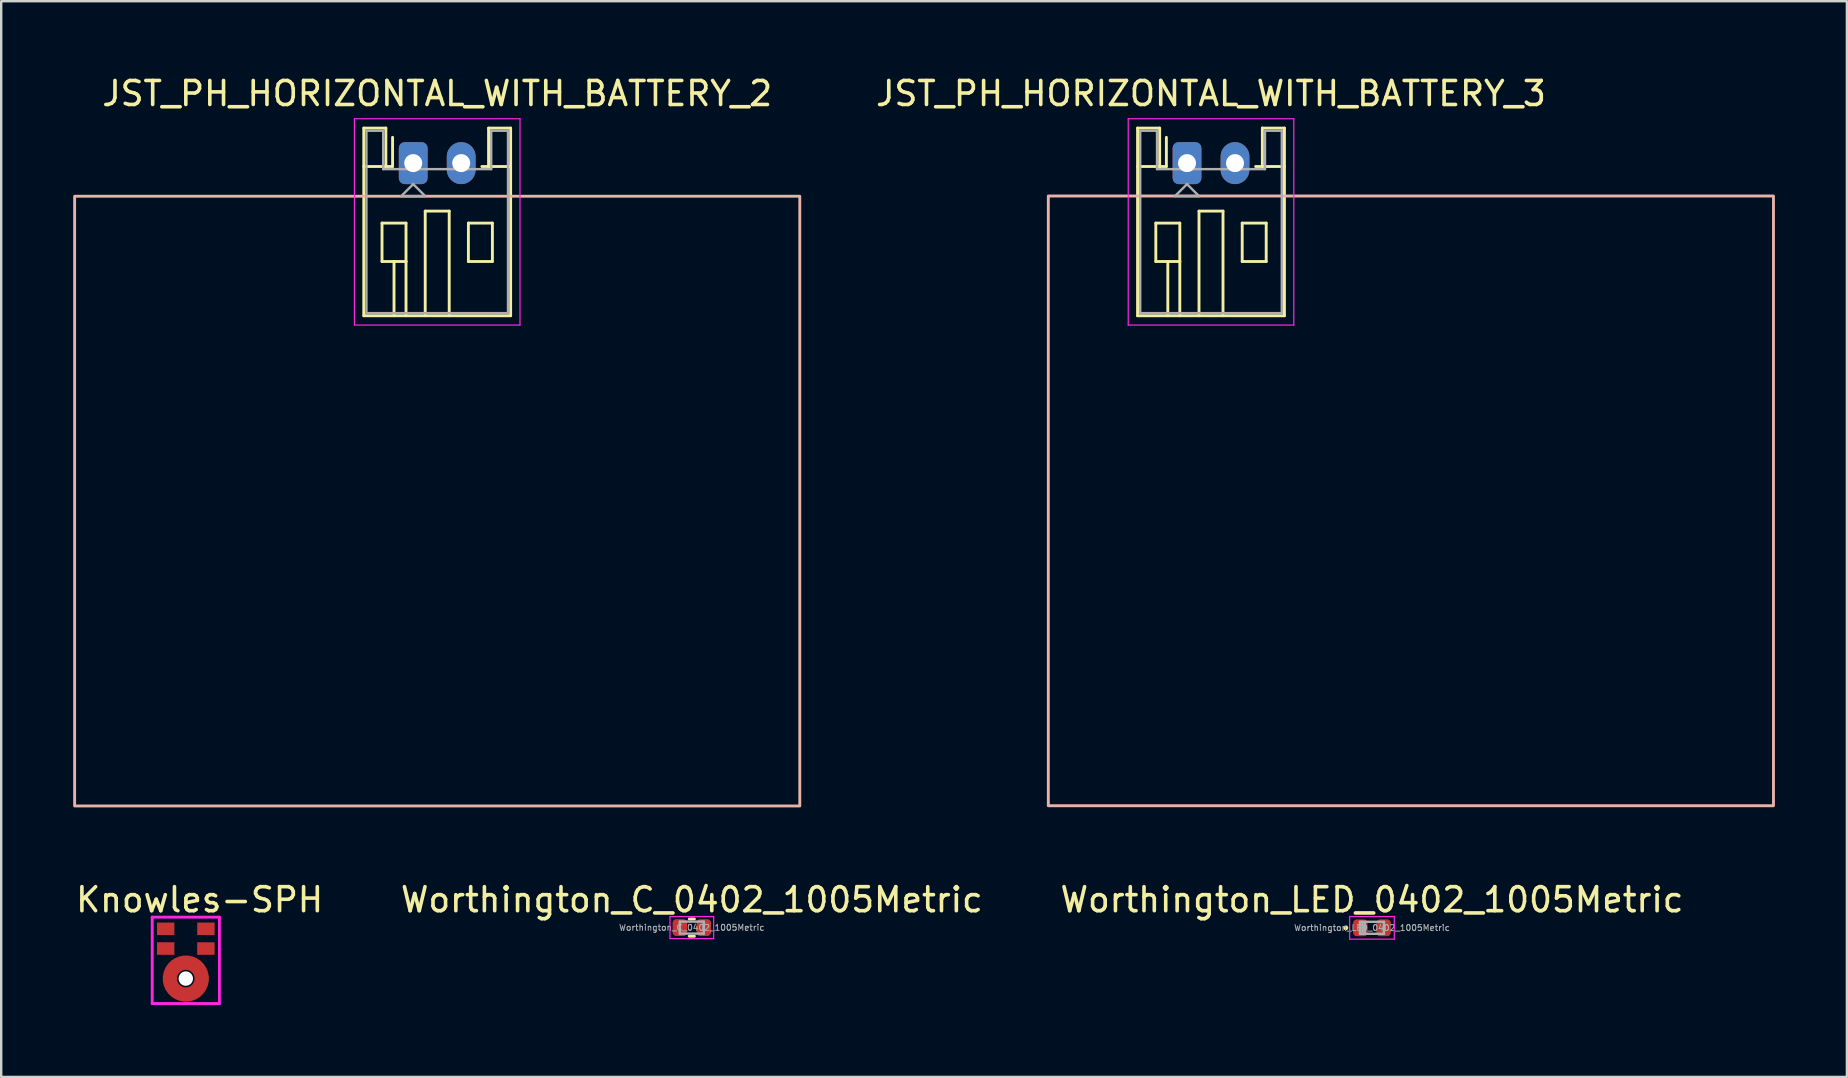
<source format=kicad_pcb>
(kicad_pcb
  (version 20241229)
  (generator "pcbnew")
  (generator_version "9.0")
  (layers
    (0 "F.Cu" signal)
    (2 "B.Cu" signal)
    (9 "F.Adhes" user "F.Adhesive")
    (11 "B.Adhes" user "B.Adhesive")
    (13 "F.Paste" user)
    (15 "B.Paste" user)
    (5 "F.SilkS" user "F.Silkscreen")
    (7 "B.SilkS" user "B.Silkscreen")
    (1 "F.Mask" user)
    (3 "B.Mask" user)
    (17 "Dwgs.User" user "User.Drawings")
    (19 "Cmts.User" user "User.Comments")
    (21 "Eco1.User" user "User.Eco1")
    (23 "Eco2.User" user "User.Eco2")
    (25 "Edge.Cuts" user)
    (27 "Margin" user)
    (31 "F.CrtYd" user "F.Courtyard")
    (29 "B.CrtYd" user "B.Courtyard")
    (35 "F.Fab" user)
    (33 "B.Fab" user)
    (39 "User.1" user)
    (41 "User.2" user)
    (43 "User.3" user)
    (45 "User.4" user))
  (footprint "JST_PH_HORIZONTAL_WITH_BATTERY_2"
    (layer "F.Cu")
    (at 14.17 3.748)
    (property "Reference" "JST_PH_HORIZONTAL_WITH_BATTERY_2" (at 1 -2.9 180) (layer "F.SilkS") (effects (font (size 1 1) (thickness 0.15))))
    (attr through_hole)
    (fp_line (start -2.06 -1.46) (end -2.06 6.36) (stroke (width 0.12) (type solid)) (layer "F.SilkS"))
    (fp_line (start -2.06 0.14) (end -1.14 0.14) (stroke (width 0.12) (type solid)) (layer "F.SilkS"))
    (fp_line (start -2.06 6.36) (end 4.06 6.36) (stroke (width 0.12) (type solid)) (layer "F.SilkS"))
    (fp_line (start -1.3 2.5) (end -1.3 4.1) (stroke (width 0.12) (type solid)) (layer "F.SilkS"))
    (fp_line (start -1.3 4.1) (end -0.3 4.1) (stroke (width 0.12) (type solid)) (layer "F.SilkS"))
    (fp_line (start -1.14 -1.46) (end -2.06 -1.46) (stroke (width 0.12) (type solid)) (layer "F.SilkS"))
    (fp_line (start -1.14 0.14) (end -1.14 -1.46) (stroke (width 0.12) (type solid)) (layer "F.SilkS"))
    (fp_line (start -0.86 0.14) (end -1.14 0.14) (stroke (width 0.12) (type solid)) (layer "F.SilkS"))
    (fp_line (start -0.86 0.14) (end -0.86 -1.075) (stroke (width 0.12) (type solid)) (layer "F.SilkS"))
    (fp_line (start -0.8 4.1) (end -0.8 6.36) (stroke (width 0.12) (type solid)) (layer "F.SilkS"))
    (fp_line (start -0.3 2.5) (end -1.3 2.5) (stroke (width 0.12) (type solid)) (layer "F.SilkS"))
    (fp_line (start -0.3 4.1) (end -0.3 2.5) (stroke (width 0.12) (type solid)) (layer "F.SilkS"))
    (fp_line (start -0.3 4.1) (end -0.3 6.36) (stroke (width 0.12) (type solid)) (layer "F.SilkS"))
    (fp_line (start 0.5 2) (end 1.5 2) (stroke (width 0.12) (type solid)) (layer "F.SilkS"))
    (fp_line (start 0.5 6.36) (end 0.5 2) (stroke (width 0.12) (type solid)) (layer "F.SilkS"))
    (fp_line (start 1.5 2) (end 1.5 6.36) (stroke (width 0.12) (type solid)) (layer "F.SilkS"))
    (fp_line (start 2.3 2.5) (end 3.3 2.5) (stroke (width 0.12) (type solid)) (layer "F.SilkS"))
    (fp_line (start 2.3 4.1) (end 2.3 2.5) (stroke (width 0.12) (type solid)) (layer "F.SilkS"))
    (fp_line (start 3.14 -1.46) (end 3.14 0.14) (stroke (width 0.12) (type solid)) (layer "F.SilkS"))
    (fp_line (start 3.14 0.14) (end 2.86 0.14) (stroke (width 0.12) (type solid)) (layer "F.SilkS"))
    (fp_line (start 3.3 2.5) (end 3.3 4.1) (stroke (width 0.12) (type solid)) (layer "F.SilkS"))
    (fp_line (start 3.3 4.1) (end 2.3 4.1) (stroke (width 0.12) (type solid)) (layer "F.SilkS"))
    (fp_line (start 4.06 -1.46) (end 3.14 -1.46) (stroke (width 0.12) (type solid)) (layer "F.SilkS"))
    (fp_line (start 4.06 0.14) (end 3.14 0.14) (stroke (width 0.12) (type solid)) (layer "F.SilkS"))
    (fp_line (start 4.06 6.36) (end 4.06 -1.46) (stroke (width 0.12) (type solid)) (layer "F.SilkS"))
    (fp_poly (pts (xy -14.11 26.79) (xy -14.11 1.38) (xy 16.11 1.38) (xy 16.11 26.79)) (stroke (width 0.12) (type default)) (fill no) (layer "B.SilkS"))
    (fp_line (start -2.45 -1.85) (end -2.45 6.75) (stroke (width 0.05) (type solid)) (layer "F.CrtYd"))
    (fp_line (start -2.45 6.75) (end 4.45 6.75) (stroke (width 0.05) (type solid)) (layer "F.CrtYd"))
    (fp_line (start 4.45 -1.85) (end -2.45 -1.85) (stroke (width 0.05) (type solid)) (layer "F.CrtYd"))
    (fp_line (start 4.45 6.75) (end 4.45 -1.85) (stroke (width 0.05) (type solid)) (layer "F.CrtYd"))
    (fp_line (start -1.95 -1.35) (end -1.95 6.25) (stroke (width 0.1) (type solid)) (layer "F.Fab"))
    (fp_line (start -1.95 6.25) (end 3.95 6.25) (stroke (width 0.1) (type solid)) (layer "F.Fab"))
    (fp_line (start -1.25 -1.35) (end -1.95 -1.35) (stroke (width 0.1) (type solid)) (layer "F.Fab"))
    (fp_line (start -1.25 0.25) (end -1.25 -1.35) (stroke (width 0.1) (type solid)) (layer "F.Fab"))
    (fp_line (start -0.5 1.375) (end 0.5 1.375) (stroke (width 0.1) (type solid)) (layer "F.Fab"))
    (fp_line (start 0 0.875) (end -0.5 1.375) (stroke (width 0.1) (type solid)) (layer "F.Fab"))
    (fp_line (start 0.5 1.375) (end 0 0.875) (stroke (width 0.1) (type solid)) (layer "F.Fab"))
    (fp_line (start 3.25 -1.35) (end 3.25 0.25) (stroke (width 0.1) (type solid)) (layer "F.Fab"))
    (fp_line (start 3.25 0.25) (end -1.25 0.25) (stroke (width 0.1) (type solid)) (layer "F.Fab"))
    (fp_line (start 3.95 -1.35) (end 3.25 -1.35) (stroke (width 0.1) (type solid)) (layer "F.Fab"))
    (fp_line (start 3.95 6.25) (end 3.95 -1.35) (stroke (width 0.1) (type solid)) (layer "F.Fab"))
    (pad "1" thru_hole roundrect (at 0 0) (size 1.2 1.75) (drill 0.75) (layers "*.Cu" "*.Mask") (roundrect_rratio 0.208))
    (pad "2" thru_hole oval (at 2 0) (size 1.2 1.75) (drill 0.75) (layers "*.Cu" "*.Mask")))
  (footprint "Worthington_C_0402_1005Metric"
    (layer "F.Cu")
    (at 25.78 35.606)
    (property "Reference" "Worthington_C_0402_1005Metric" (at 0 -1.16 0) (layer "F.SilkS") (effects (font (size 1 1) (thickness 0.15))))
    (attr smd)
    (fp_line (start -0.108 -0.36) (end 0.108 -0.36) (stroke (width 0.12) (type solid)) (layer "F.SilkS"))
    (fp_line (start -0.108 0.36) (end 0.108 0.36) (stroke (width 0.12) (type solid)) (layer "F.SilkS"))
    (fp_line (start -0.91 -0.46) (end 0.91 -0.46) (stroke (width 0.05) (type solid)) (layer "F.CrtYd"))
    (fp_line (start -0.91 0.46) (end -0.91 -0.46) (stroke (width 0.05) (type solid)) (layer "F.CrtYd"))
    (fp_line (start 0.91 -0.46) (end 0.91 0.46) (stroke (width 0.05) (type solid)) (layer "F.CrtYd"))
    (fp_line (start 0.91 0.46) (end -0.91 0.46) (stroke (width 0.05) (type solid)) (layer "F.CrtYd"))
    (fp_line (start -0.5 -0.25) (end 0.5 -0.25) (stroke (width 0.1) (type solid)) (layer "F.Fab"))
    (fp_line (start -0.5 0.25) (end -0.5 -0.25) (stroke (width 0.1) (type solid)) (layer "F.Fab"))
    (fp_line (start 0.5 -0.25) (end 0.5 0.25) (stroke (width 0.1) (type solid)) (layer "F.Fab"))
    (fp_line (start 0.5 0.25) (end -0.5 0.25) (stroke (width 0.1) (type solid)) (layer "F.Fab"))
    (fp_text user "${REFERENCE}" (at 0 0 0) (layer "F.Fab") (effects (font (size 0.25 0.25) (thickness 0.04))))
    (pad "1" smd roundrect (at -0.5 0) (size 0.6 0.7) (layers "F.Cu" "F.Mask" "F.Paste") (roundrect_rratio 0.25))
    (pad "2" smd roundrect (at 0.5 0) (size 0.6 0.7) (layers "F.Cu" "F.Mask" "F.Paste") (roundrect_rratio 0.25)))
  (footprint "Worthington_LED_0402_1005Metric"
    (layer "F.Cu")
    (at 54.125 35.616)
    (property "Reference" "Worthington_LED_0402_1005Metric" (at 0 -1.17 0) (layer "F.SilkS") (effects (font (size 1 1) (thickness 0.15))))
    (attr smd)
    (fp_circle (center -1.09 0) (end -1.04 0) (stroke (width 0.1) (type solid)) (fill no) (layer "F.SilkS"))
    (fp_line (start -0.93 -0.47) (end 0.93 -0.47) (stroke (width 0.05) (type solid)) (layer "F.CrtYd"))
    (fp_line (start -0.93 0.47) (end -0.93 -0.47) (stroke (width 0.05) (type solid)) (layer "F.CrtYd"))
    (fp_line (start 0.93 -0.47) (end 0.93 0.47) (stroke (width 0.05) (type solid)) (layer "F.CrtYd"))
    (fp_line (start 0.93 0.47) (end -0.93 0.47) (stroke (width 0.05) (type solid)) (layer "F.CrtYd"))
    (fp_line (start -0.5 -0.25) (end 0.5 -0.25) (stroke (width 0.1) (type solid)) (layer "F.Fab"))
    (fp_line (start -0.5 0.25) (end -0.5 -0.25) (stroke (width 0.1) (type solid)) (layer "F.Fab"))
    (fp_line (start -0.4 0.25) (end -0.4 -0.25) (stroke (width 0.1) (type solid)) (layer "F.Fab"))
    (fp_line (start -0.3 0.25) (end -0.3 -0.25) (stroke (width 0.1) (type solid)) (layer "F.Fab"))
    (fp_line (start 0.5 -0.25) (end 0.5 0.25) (stroke (width 0.1) (type solid)) (layer "F.Fab"))
    (fp_line (start 0.5 0.25) (end -0.5 0.25) (stroke (width 0.1) (type solid)) (layer "F.Fab"))
    (fp_text user "${REFERENCE}" (at 0 0 0) (layer "F.Fab") (effects (font (size 0.25 0.25) (thickness 0.04))))
    (pad "1" smd roundrect (at -0.485 0) (size 0.6 0.7) (layers "F.Cu" "F.Mask" "F.Paste") (roundrect_rratio 0.25))
    (pad "2" smd roundrect (at 0.485 0) (size 0.6 0.7) (layers "F.Cu" "F.Mask" "F.Paste") (roundrect_rratio 0.25)))
  (footprint "Knowles-SPH"
    (layer "F.Cu")
    (at 4.693 37.731)
    (property "Reference" "Knowles-SPH" (at 0.575 -3.285 0) (layer "F.SilkS") (effects (font (size 1 1) (thickness 0.15))))
    (attr through_hole)
    (fp_line (start -1.4 -2.56) (end 1.4 -2.56) (stroke (width 0.12) (type solid)) (layer "F.CrtYd"))
    (fp_line (start -1.4 1.04) (end -1.4 -2.56) (stroke (width 0.12) (type solid)) (layer "F.CrtYd"))
    (fp_line (start 0 1.04) (end -1.4 1.04) (stroke (width 0.12) (type solid)) (layer "F.CrtYd"))
    (fp_line (start 1.4 -2.56) (end 1.4 1.04) (stroke (width 0.12) (type solid)) (layer "F.CrtYd"))
    (fp_line (start 1.4 1.04) (end 0 1.04) (stroke (width 0.12) (type solid)) (layer "F.CrtYd"))
    (pad "" np_thru_hole circle (at 0 0) (size 0.6 0.6) (drill 0.6) (layers "*.Cu" "*.Mask"))
    (pad "1" smd rect (at -0.838 -2.074) (size 0.725 0.522) (layers "F.Cu" "F.Mask" "F.Paste"))
    (pad "2" smd rect (at -0.838 -1.252) (size 0.725 0.522) (layers "F.Cu" "F.Mask" "F.Paste"))
    (pad "3" smd custom (at 0.7 0) (size 0.1 0.1) (layers "F.Cu" "F.Mask" "F.Paste") (options (anchor circle)) (primitives (gr_circle (center -0.7 0) (end -0.037 0) (width 0.6) (fill no))))
    (pad "4" smd rect (at 0.838 -1.252) (size 0.725 0.522) (layers "F.Cu" "F.Mask" "F.Paste"))
    (pad "5" smd rect (at 0.838 -2.074) (size 0.725 0.522) (layers "F.Cu" "F.Mask" "F.Paste")))
  (footprint "JST_PH_HORIZONTAL_WITH_BATTERY_3"
    (layer "F.Cu")
    (at 46.417 3.748)
    (property "Reference" "JST_PH_HORIZONTAL_WITH_BATTERY_3" (at 1 -2.9 180) (layer "F.SilkS") (effects (font (size 1 1) (thickness 0.15))))
    (attr through_hole)
    (fp_line (start -2.06 -1.46) (end -2.06 6.36) (stroke (width 0.12) (type solid)) (layer "F.SilkS"))
    (fp_line (start -2.06 0.14) (end -1.14 0.14) (stroke (width 0.12) (type solid)) (layer "F.SilkS"))
    (fp_line (start -2.06 6.36) (end 4.06 6.36) (stroke (width 0.12) (type solid)) (layer "F.SilkS"))
    (fp_line (start -1.3 2.5) (end -1.3 4.1) (stroke (width 0.12) (type solid)) (layer "F.SilkS"))
    (fp_line (start -1.3 4.1) (end -0.3 4.1) (stroke (width 0.12) (type solid)) (layer "F.SilkS"))
    (fp_line (start -1.14 -1.46) (end -2.06 -1.46) (stroke (width 0.12) (type solid)) (layer "F.SilkS"))
    (fp_line (start -1.14 0.14) (end -1.14 -1.46) (stroke (width 0.12) (type solid)) (layer "F.SilkS"))
    (fp_line (start -0.86 0.14) (end -1.14 0.14) (stroke (width 0.12) (type solid)) (layer "F.SilkS"))
    (fp_line (start -0.86 0.14) (end -0.86 -1.075) (stroke (width 0.12) (type solid)) (layer "F.SilkS"))
    (fp_line (start -0.8 4.1) (end -0.8 6.36) (stroke (width 0.12) (type solid)) (layer "F.SilkS"))
    (fp_line (start -0.3 2.5) (end -1.3 2.5) (stroke (width 0.12) (type solid)) (layer "F.SilkS"))
    (fp_line (start -0.3 4.1) (end -0.3 2.5) (stroke (width 0.12) (type solid)) (layer "F.SilkS"))
    (fp_line (start -0.3 4.1) (end -0.3 6.36) (stroke (width 0.12) (type solid)) (layer "F.SilkS"))
    (fp_line (start 0.5 2) (end 1.5 2) (stroke (width 0.12) (type solid)) (layer "F.SilkS"))
    (fp_line (start 0.5 6.36) (end 0.5 2) (stroke (width 0.12) (type solid)) (layer "F.SilkS"))
    (fp_line (start 1.5 2) (end 1.5 6.36) (stroke (width 0.12) (type solid)) (layer "F.SilkS"))
    (fp_line (start 2.3 2.5) (end 3.3 2.5) (stroke (width 0.12) (type solid)) (layer "F.SilkS"))
    (fp_line (start 2.3 4.1) (end 2.3 2.5) (stroke (width 0.12) (type solid)) (layer "F.SilkS"))
    (fp_line (start 3.14 -1.46) (end 3.14 0.14) (stroke (width 0.12) (type solid)) (layer "F.SilkS"))
    (fp_line (start 3.14 0.14) (end 2.86 0.14) (stroke (width 0.12) (type solid)) (layer "F.SilkS"))
    (fp_line (start 3.3 2.5) (end 3.3 4.1) (stroke (width 0.12) (type solid)) (layer "F.SilkS"))
    (fp_line (start 3.3 4.1) (end 2.3 4.1) (stroke (width 0.12) (type solid)) (layer "F.SilkS"))
    (fp_line (start 4.06 -1.46) (end 3.14 -1.46) (stroke (width 0.12) (type solid)) (layer "F.SilkS"))
    (fp_line (start 4.06 0.14) (end 3.14 0.14) (stroke (width 0.12) (type solid)) (layer "F.SilkS"))
    (fp_line (start 4.06 6.36) (end 4.06 -1.46) (stroke (width 0.12) (type solid)) (layer "F.SilkS"))
    (fp_poly (pts (xy -5.78 26.78) (xy -5.78 1.37) (xy 24.44 1.37) (xy 24.44 26.78)) (stroke (width 0.12) (type default)) (fill no) (layer "B.SilkS"))
    (fp_line (start -2.45 -1.85) (end -2.45 6.75) (stroke (width 0.05) (type solid)) (layer "F.CrtYd"))
    (fp_line (start -2.45 6.75) (end 4.45 6.75) (stroke (width 0.05) (type solid)) (layer "F.CrtYd"))
    (fp_line (start 4.45 -1.85) (end -2.45 -1.85) (stroke (width 0.05) (type solid)) (layer "F.CrtYd"))
    (fp_line (start 4.45 6.75) (end 4.45 -1.85) (stroke (width 0.05) (type solid)) (layer "F.CrtYd"))
    (fp_line (start -1.95 -1.35) (end -1.95 6.25) (stroke (width 0.1) (type solid)) (layer "F.Fab"))
    (fp_line (start -1.95 6.25) (end 3.95 6.25) (stroke (width 0.1) (type solid)) (layer "F.Fab"))
    (fp_line (start -1.25 -1.35) (end -1.95 -1.35) (stroke (width 0.1) (type solid)) (layer "F.Fab"))
    (fp_line (start -1.25 0.25) (end -1.25 -1.35) (stroke (width 0.1) (type solid)) (layer "F.Fab"))
    (fp_line (start -0.5 1.375) (end 0.5 1.375) (stroke (width 0.1) (type solid)) (layer "F.Fab"))
    (fp_line (start 0 0.875) (end -0.5 1.375) (stroke (width 0.1) (type solid)) (layer "F.Fab"))
    (fp_line (start 0.5 1.375) (end 0 0.875) (stroke (width 0.1) (type solid)) (layer "F.Fab"))
    (fp_line (start 3.25 -1.35) (end 3.25 0.25) (stroke (width 0.1) (type solid)) (layer "F.Fab"))
    (fp_line (start 3.25 0.25) (end -1.25 0.25) (stroke (width 0.1) (type solid)) (layer "F.Fab"))
    (fp_line (start 3.95 -1.35) (end 3.25 -1.35) (stroke (width 0.1) (type solid)) (layer "F.Fab"))
    (fp_line (start 3.95 6.25) (end 3.95 -1.35) (stroke (width 0.1) (type solid)) (layer "F.Fab"))
    (pad "1" thru_hole roundrect (at 0 0) (size 1.2 1.75) (drill 0.75) (layers "*.Cu" "*.Mask") (roundrect_rratio 0.208))
    (pad "2" thru_hole oval (at 2 0) (size 1.2 1.75) (drill 0.75) (layers "*.Cu" "*.Mask")))
  (gr_rect
    (start -3 -3)
    (end 73.917 41.831)
    (stroke (width 0.1) (type default))
    (fill no)
    (layer "Edge.Cuts")))
</source>
